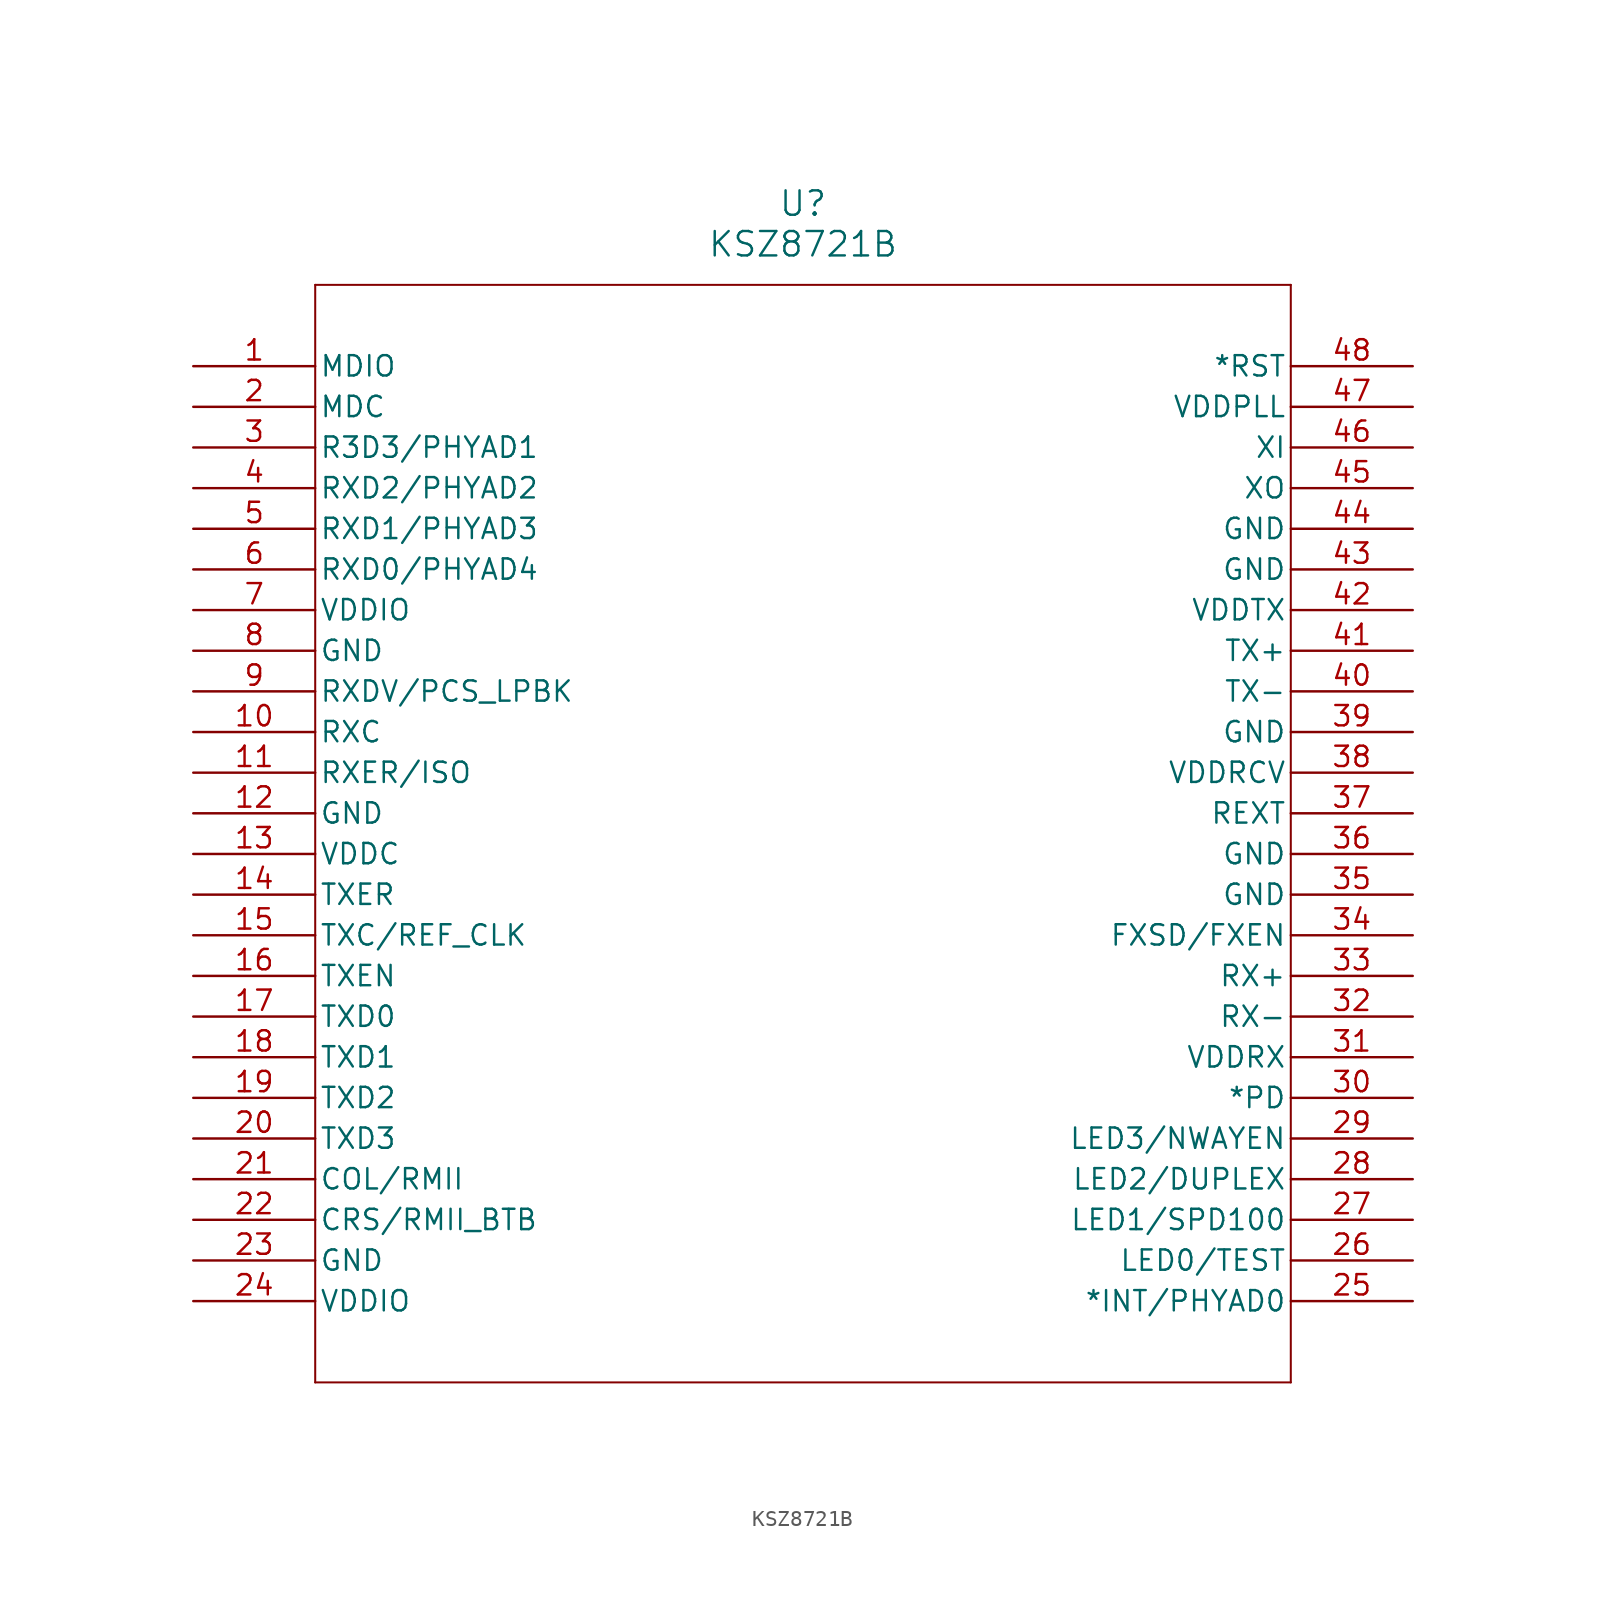
<source format=kicad_sym>
(kicad_symbol_lib
  (version 20211014)
  (generator kicad_symbol_editor)
  (symbol "KSZ8721B"
    (pin_names
      (offset 0.254))
    (property "Reference" "U"
      (at 38.1 10.16 0)
      (effects (font (size 1.524 1.524))))
    (property "Value" "KSZ8721B"
      (at 38.1 7.62 0)
      (effects (font (size 1.524 1.524))))
    (symbol "KSZ8721B_0_1"
      (polyline (pts (xy 7.62 5.08) (xy 7.62 -63.5)) (stroke (width 0.127) (type default) (color 0 0 0 0)) (fill (type none)))
      (polyline (pts (xy 7.62 -63.5) (xy 68.58 -63.5)) (stroke (width 0.127) (type default) (color 0 0 0 0)) (fill (type none)))
      (polyline (pts (xy 68.58 -63.5) (xy 68.58 5.08)) (stroke (width 0.127) (type default) (color 0 0 0 0)) (fill (type none)))
      (polyline (pts (xy 68.58 5.08) (xy 7.62 5.08)) (stroke (width 0.127) (type default) (color 0 0 0 0)) (fill (type none)))
      (pin bidirectional line (at 0 0 0) (length 7.62) (name "MDIO" (effects (font (size 1.27 1.27)))) (number "1" (effects (font (size 1.27 1.27)))))
      (pin input line (at 0 -2.54 0) (length 7.62) (name "MDC" (effects (font (size 1.27 1.27)))) (number "2" (effects (font (size 1.27 1.27)))))
      (pin bidirectional line (at 0 -5.08 0) (length 7.62) (name "R3D3/PHYAD1" (effects (font (size 1.27 1.27)))) (number "3" (effects (font (size 1.27 1.27)))))
      (pin bidirectional line (at 0 -7.62 0) (length 7.62) (name "RXD2/PHYAD2" (effects (font (size 1.27 1.27)))) (number "4" (effects (font (size 1.27 1.27)))))
      (pin bidirectional line (at 0 -10.16 0) (length 7.62) (name "RXD1/PHYAD3" (effects (font (size 1.27 1.27)))) (number "5" (effects (font (size 1.27 1.27)))))
      (pin bidirectional line (at 0 -12.7 0) (length 7.62) (name "RXD0/PHYAD4" (effects (font (size 1.27 1.27)))) (number "6" (effects (font (size 1.27 1.27)))))
      (pin power_in line (at 0 -15.24 0) (length 7.62) (name "VDDIO" (effects (font (size 1.27 1.27)))) (number "7" (effects (font (size 1.27 1.27)))))
      (pin power_in line (at 0 -17.78 0) (length 7.62) (name "GND" (effects (font (size 1.27 1.27)))) (number "8" (effects (font (size 1.27 1.27)))))
      (pin bidirectional line (at 0 -20.32 0) (length 7.62) (name "RXDV/PCS_LPBK" (effects (font (size 1.27 1.27)))) (number "9" (effects (font (size 1.27 1.27)))))
      (pin output line (at 0 -22.86 0) (length 7.62) (name "RXC" (effects (font (size 1.27 1.27)))) (number "10" (effects (font (size 1.27 1.27)))))
      (pin bidirectional line (at 0 -25.4 0) (length 7.62) (name "RXER/ISO" (effects (font (size 1.27 1.27)))) (number "11" (effects (font (size 1.27 1.27)))))
      (pin power_in line (at 0 -27.94 0) (length 7.62) (name "GND" (effects (font (size 1.27 1.27)))) (number "12" (effects (font (size 1.27 1.27)))))
      (pin power_in line (at 0 -30.48 0) (length 7.62) (name "VDDC" (effects (font (size 1.27 1.27)))) (number "13" (effects (font (size 1.27 1.27)))))
      (pin input line (at 0 -33.02 0) (length 7.62) (name "TXER" (effects (font (size 1.27 1.27)))) (number "14" (effects (font (size 1.27 1.27)))))
      (pin bidirectional line (at 0 -35.56 0) (length 7.62) (name "TXC/REF_CLK" (effects (font (size 1.27 1.27)))) (number "15" (effects (font (size 1.27 1.27)))))
      (pin input line (at 0 -38.1 0) (length 7.62) (name "TXEN" (effects (font (size 1.27 1.27)))) (number "16" (effects (font (size 1.27 1.27)))))
      (pin input line (at 0 -40.64 0) (length 7.62) (name "TXD0" (effects (font (size 1.27 1.27)))) (number "17" (effects (font (size 1.27 1.27)))))
      (pin input line (at 0 -43.18 0) (length 7.62) (name "TXD1" (effects (font (size 1.27 1.27)))) (number "18" (effects (font (size 1.27 1.27)))))
      (pin input line (at 0 -45.72 0) (length 7.62) (name "TXD2" (effects (font (size 1.27 1.27)))) (number "19" (effects (font (size 1.27 1.27)))))
      (pin input line (at 0 -48.26 0) (length 7.62) (name "TXD3" (effects (font (size 1.27 1.27)))) (number "20" (effects (font (size 1.27 1.27)))))
      (pin bidirectional line (at 0 -50.8 0) (length 7.62) (name "COL/RMII" (effects (font (size 1.27 1.27)))) (number "21" (effects (font (size 1.27 1.27)))))
      (pin bidirectional line (at 0 -53.34 0) (length 7.62) (name "CRS/RMII_BTB" (effects (font (size 1.27 1.27)))) (number "22" (effects (font (size 1.27 1.27)))))
      (pin power_in line (at 0 -55.88 0) (length 7.62) (name "GND" (effects (font (size 1.27 1.27)))) (number "23" (effects (font (size 1.27 1.27)))))
      (pin power_in line (at 0 -58.42 0) (length 7.62) (name "VDDIO" (effects (font (size 1.27 1.27)))) (number "24" (effects (font (size 1.27 1.27)))))
      (pin bidirectional line (at 76.2 -58.42 180) (length 7.62) (name "*INT/PHYAD0" (effects (font (size 1.27 1.27)))) (number "25" (effects (font (size 1.27 1.27)))))
      (pin bidirectional line (at 76.2 -55.88 180) (length 7.62) (name "LED0/TEST" (effects (font (size 1.27 1.27)))) (number "26" (effects (font (size 1.27 1.27)))))
      (pin bidirectional line (at 76.2 -53.34 180) (length 7.62) (name "LED1/SPD100" (effects (font (size 1.27 1.27)))) (number "27" (effects (font (size 1.27 1.27)))))
      (pin bidirectional line (at 76.2 -50.8 180) (length 7.62) (name "LED2/DUPLEX" (effects (font (size 1.27 1.27)))) (number "28" (effects (font (size 1.27 1.27)))))
      (pin bidirectional line (at 76.2 -48.26 180) (length 7.62) (name "LED3/NWAYEN" (effects (font (size 1.27 1.27)))) (number "29" (effects (font (size 1.27 1.27)))))
      (pin input line (at 76.2 -45.72 180) (length 7.62) (name "*PD" (effects (font (size 1.27 1.27)))) (number "30" (effects (font (size 1.27 1.27)))))
      (pin power_in line (at 76.2 -43.18 180) (length 7.62) (name "VDDRX" (effects (font (size 1.27 1.27)))) (number "31" (effects (font (size 1.27 1.27)))))
      (pin input line (at 76.2 -40.64 180) (length 7.62) (name "RX-" (effects (font (size 1.27 1.27)))) (number "32" (effects (font (size 1.27 1.27)))))
      (pin input line (at 76.2 -38.1 180) (length 7.62) (name "RX+" (effects (font (size 1.27 1.27)))) (number "33" (effects (font (size 1.27 1.27)))))
      (pin bidirectional line (at 76.2 -35.56 180) (length 7.62) (name "FXSD/FXEN" (effects (font (size 1.27 1.27)))) (number "34" (effects (font (size 1.27 1.27)))))
      (pin power_in line (at 76.2 -33.02 180) (length 7.62) (name "GND" (effects (font (size 1.27 1.27)))) (number "35" (effects (font (size 1.27 1.27)))))
      (pin power_in line (at 76.2 -30.48 180) (length 7.62) (name "GND" (effects (font (size 1.27 1.27)))) (number "36" (effects (font (size 1.27 1.27)))))
      (pin input line (at 76.2 -27.94 180) (length 7.62) (name "REXT" (effects (font (size 1.27 1.27)))) (number "37" (effects (font (size 1.27 1.27)))))
      (pin power_in line (at 76.2 -25.4 180) (length 7.62) (name "VDDRCV" (effects (font (size 1.27 1.27)))) (number "38" (effects (font (size 1.27 1.27)))))
      (pin power_in line (at 76.2 -22.86 180) (length 7.62) (name "GND" (effects (font (size 1.27 1.27)))) (number "39" (effects (font (size 1.27 1.27)))))
      (pin output line (at 76.2 -20.32 180) (length 7.62) (name "TX-" (effects (font (size 1.27 1.27)))) (number "40" (effects (font (size 1.27 1.27)))))
      (pin output line (at 76.2 -17.78 180) (length 7.62) (name "TX+" (effects (font (size 1.27 1.27)))) (number "41" (effects (font (size 1.27 1.27)))))
      (pin power_in line (at 76.2 -15.24 180) (length 7.62) (name "VDDTX" (effects (font (size 1.27 1.27)))) (number "42" (effects (font (size 1.27 1.27)))))
      (pin power_in line (at 76.2 -12.7 180) (length 7.62) (name "GND" (effects (font (size 1.27 1.27)))) (number "43" (effects (font (size 1.27 1.27)))))
      (pin power_in line (at 76.2 -10.16 180) (length 7.62) (name "GND" (effects (font (size 1.27 1.27)))) (number "44" (effects (font (size 1.27 1.27)))))
      (pin output line (at 76.2 -7.62 180) (length 7.62) (name "XO" (effects (font (size 1.27 1.27)))) (number "45" (effects (font (size 1.27 1.27)))))
      (pin input line (at 76.2 -5.08 180) (length 7.62) (name "XI" (effects (font (size 1.27 1.27)))) (number "46" (effects (font (size 1.27 1.27)))))
      (pin power_in line (at 76.2 -2.54 180) (length 7.62) (name "VDDPLL" (effects (font (size 1.27 1.27)))) (number "47" (effects (font (size 1.27 1.27)))))
      (pin input line (at 76.2 0 180) (length 7.62) (name "*RST" (effects (font (size 1.27 1.27)))) (number "48" (effects (font (size 1.27 1.27))))))))
</source>
